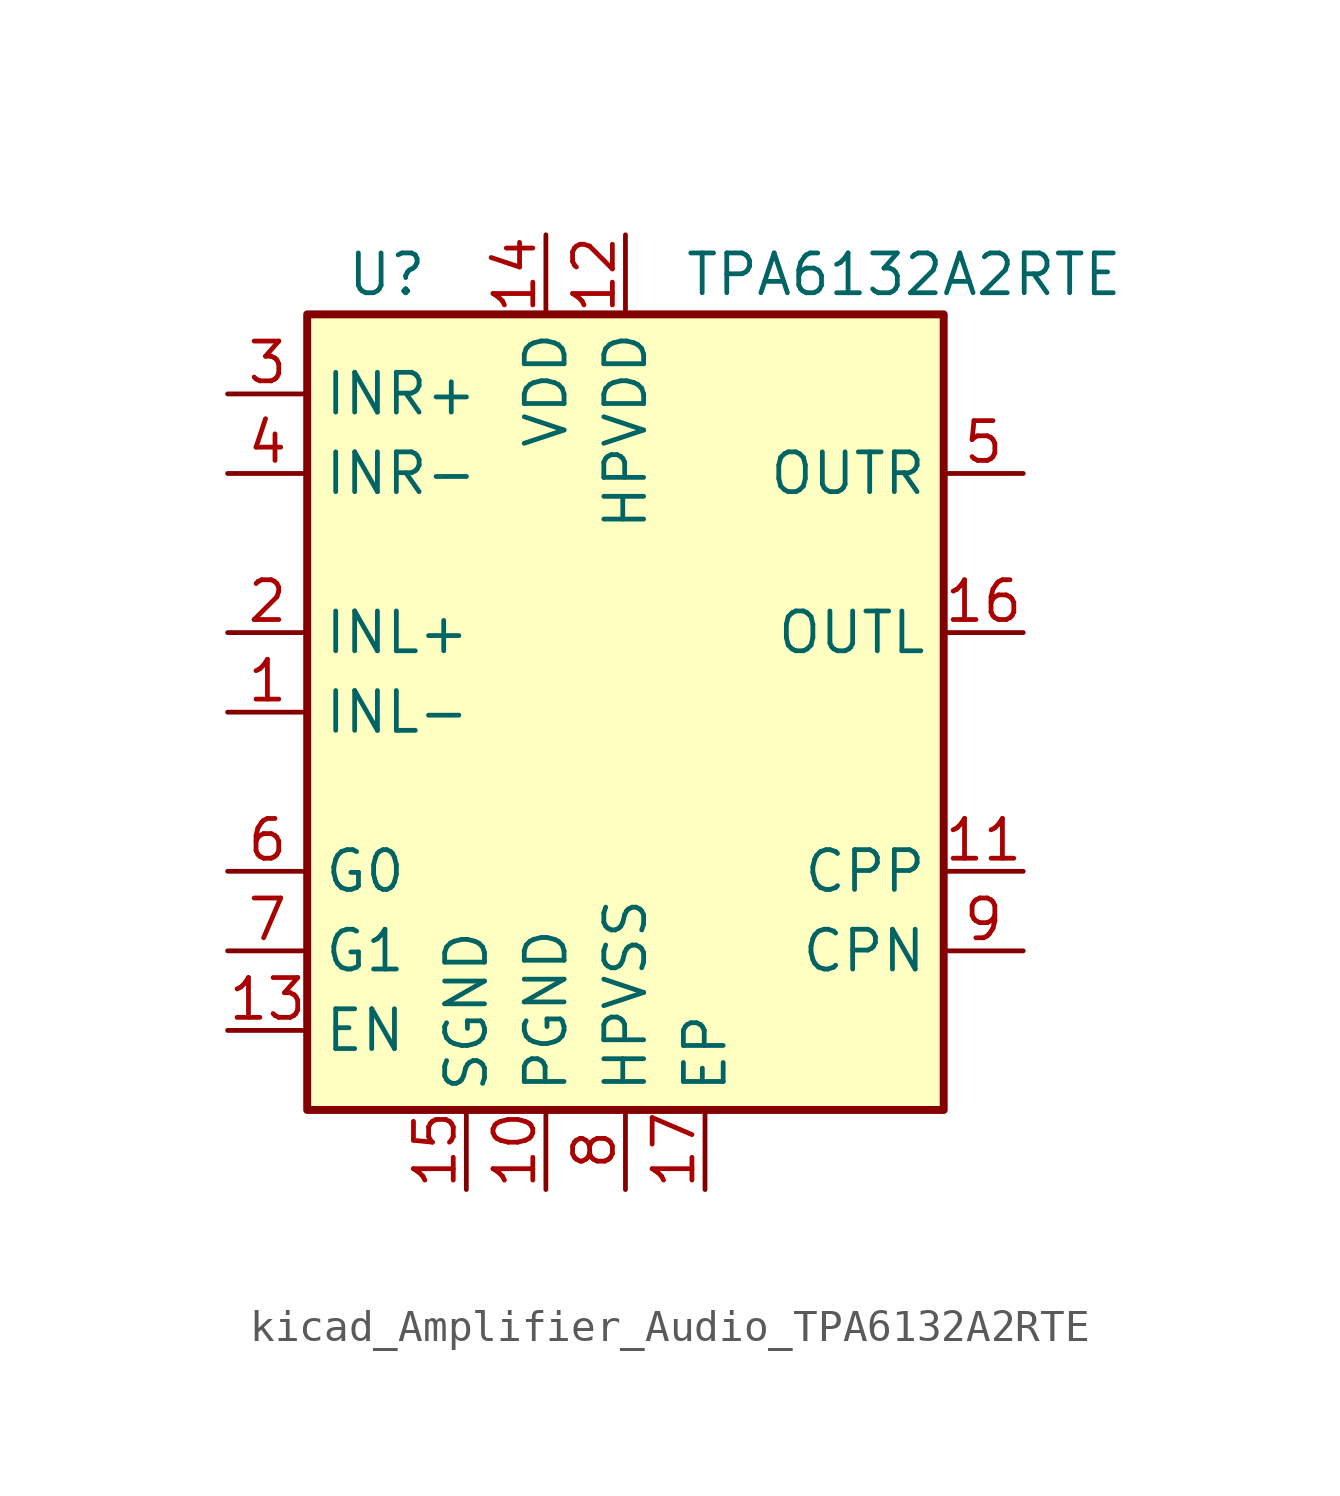
<source format=kicad_sym>
(kicad_symbol_lib
  (version 20220914)
  (generator kicad_symbol_editor)
  (symbol "kicad_Amplifier_Audio_TPA6132A2RTE"
    (property "Reference" "U"
      (at -7.62 13.97 0)
      (effects (font (size 1.27 1.27))))
    (property "Value" "TPA6132A2RTE"
      (at 8.89 13.97 0)
      (effects (font (size 1.27 1.27))))
    (symbol "kicad_Amplifier_Audio_TPA6132A2RTE_0_1"
      (rectangle (start -10.16 12.7) (end 10.16 -12.7) (stroke (width 0.254) (type default)) (fill (type background))))
    (symbol "kicad_Amplifier_Audio_TPA6132A2RTE_1_1"
      (pin input line (at -12.7 0 0) (length 2.54) (name "INL-" (effects (font (size 1.27 1.27)))) (number "1" (effects (font (size 1.27 1.27)))))
      (pin power_in line (at -2.54 -15.24 90) (length 2.54) (name "PGND" (effects (font (size 1.27 1.27)))) (number "10" (effects (font (size 1.27 1.27)))))
      (pin passive line (at 12.7 -5.08 180) (length 2.54) (name "CPP" (effects (font (size 1.27 1.27)))) (number "11" (effects (font (size 1.27 1.27)))))
      (pin power_in line (at 0 15.24 270) (length 2.54) (name "HPVDD" (effects (font (size 1.27 1.27)))) (number "12" (effects (font (size 1.27 1.27)))))
      (pin input line (at -12.7 -10.16 0) (length 2.54) (name "EN" (effects (font (size 1.27 1.27)))) (number "13" (effects (font (size 1.27 1.27)))))
      (pin power_in line (at -2.54 15.24 270) (length 2.54) (name "VDD" (effects (font (size 1.27 1.27)))) (number "14" (effects (font (size 1.27 1.27)))))
      (pin power_in line (at -5.08 -15.24 90) (length 2.54) (name "SGND" (effects (font (size 1.27 1.27)))) (number "15" (effects (font (size 1.27 1.27)))))
      (pin output line (at 12.7 2.54 180) (length 2.54) (name "OUTL" (effects (font (size 1.27 1.27)))) (number "16" (effects (font (size 1.27 1.27)))))
      (pin passive line (at 2.54 -15.24 90) (length 2.54) (name "EP" (effects (font (size 1.27 1.27)))) (number "17" (effects (font (size 1.27 1.27)))))
      (pin input line (at -12.7 2.54 0) (length 2.54) (name "INL+" (effects (font (size 1.27 1.27)))) (number "2" (effects (font (size 1.27 1.27)))))
      (pin input line (at -12.7 10.16 0) (length 2.54) (name "INR+" (effects (font (size 1.27 1.27)))) (number "3" (effects (font (size 1.27 1.27)))))
      (pin input line (at -12.7 7.62 0) (length 2.54) (name "INR-" (effects (font (size 1.27 1.27)))) (number "4" (effects (font (size 1.27 1.27)))))
      (pin output line (at 12.7 7.62 180) (length 2.54) (name "OUTR" (effects (font (size 1.27 1.27)))) (number "5" (effects (font (size 1.27 1.27)))))
      (pin input line (at -12.7 -5.08 0) (length 2.54) (name "G0" (effects (font (size 1.27 1.27)))) (number "6" (effects (font (size 1.27 1.27)))))
      (pin input line (at -12.7 -7.62 0) (length 2.54) (name "G1" (effects (font (size 1.27 1.27)))) (number "7" (effects (font (size 1.27 1.27)))))
      (pin power_in line (at 0 -15.24 90) (length 2.54) (name "HPVSS" (effects (font (size 1.27 1.27)))) (number "8" (effects (font (size 1.27 1.27)))))
      (pin passive line (at 12.7 -7.62 180) (length 2.54) (name "CPN" (effects (font (size 1.27 1.27)))) (number "9" (effects (font (size 1.27 1.27))))))))
</source>
